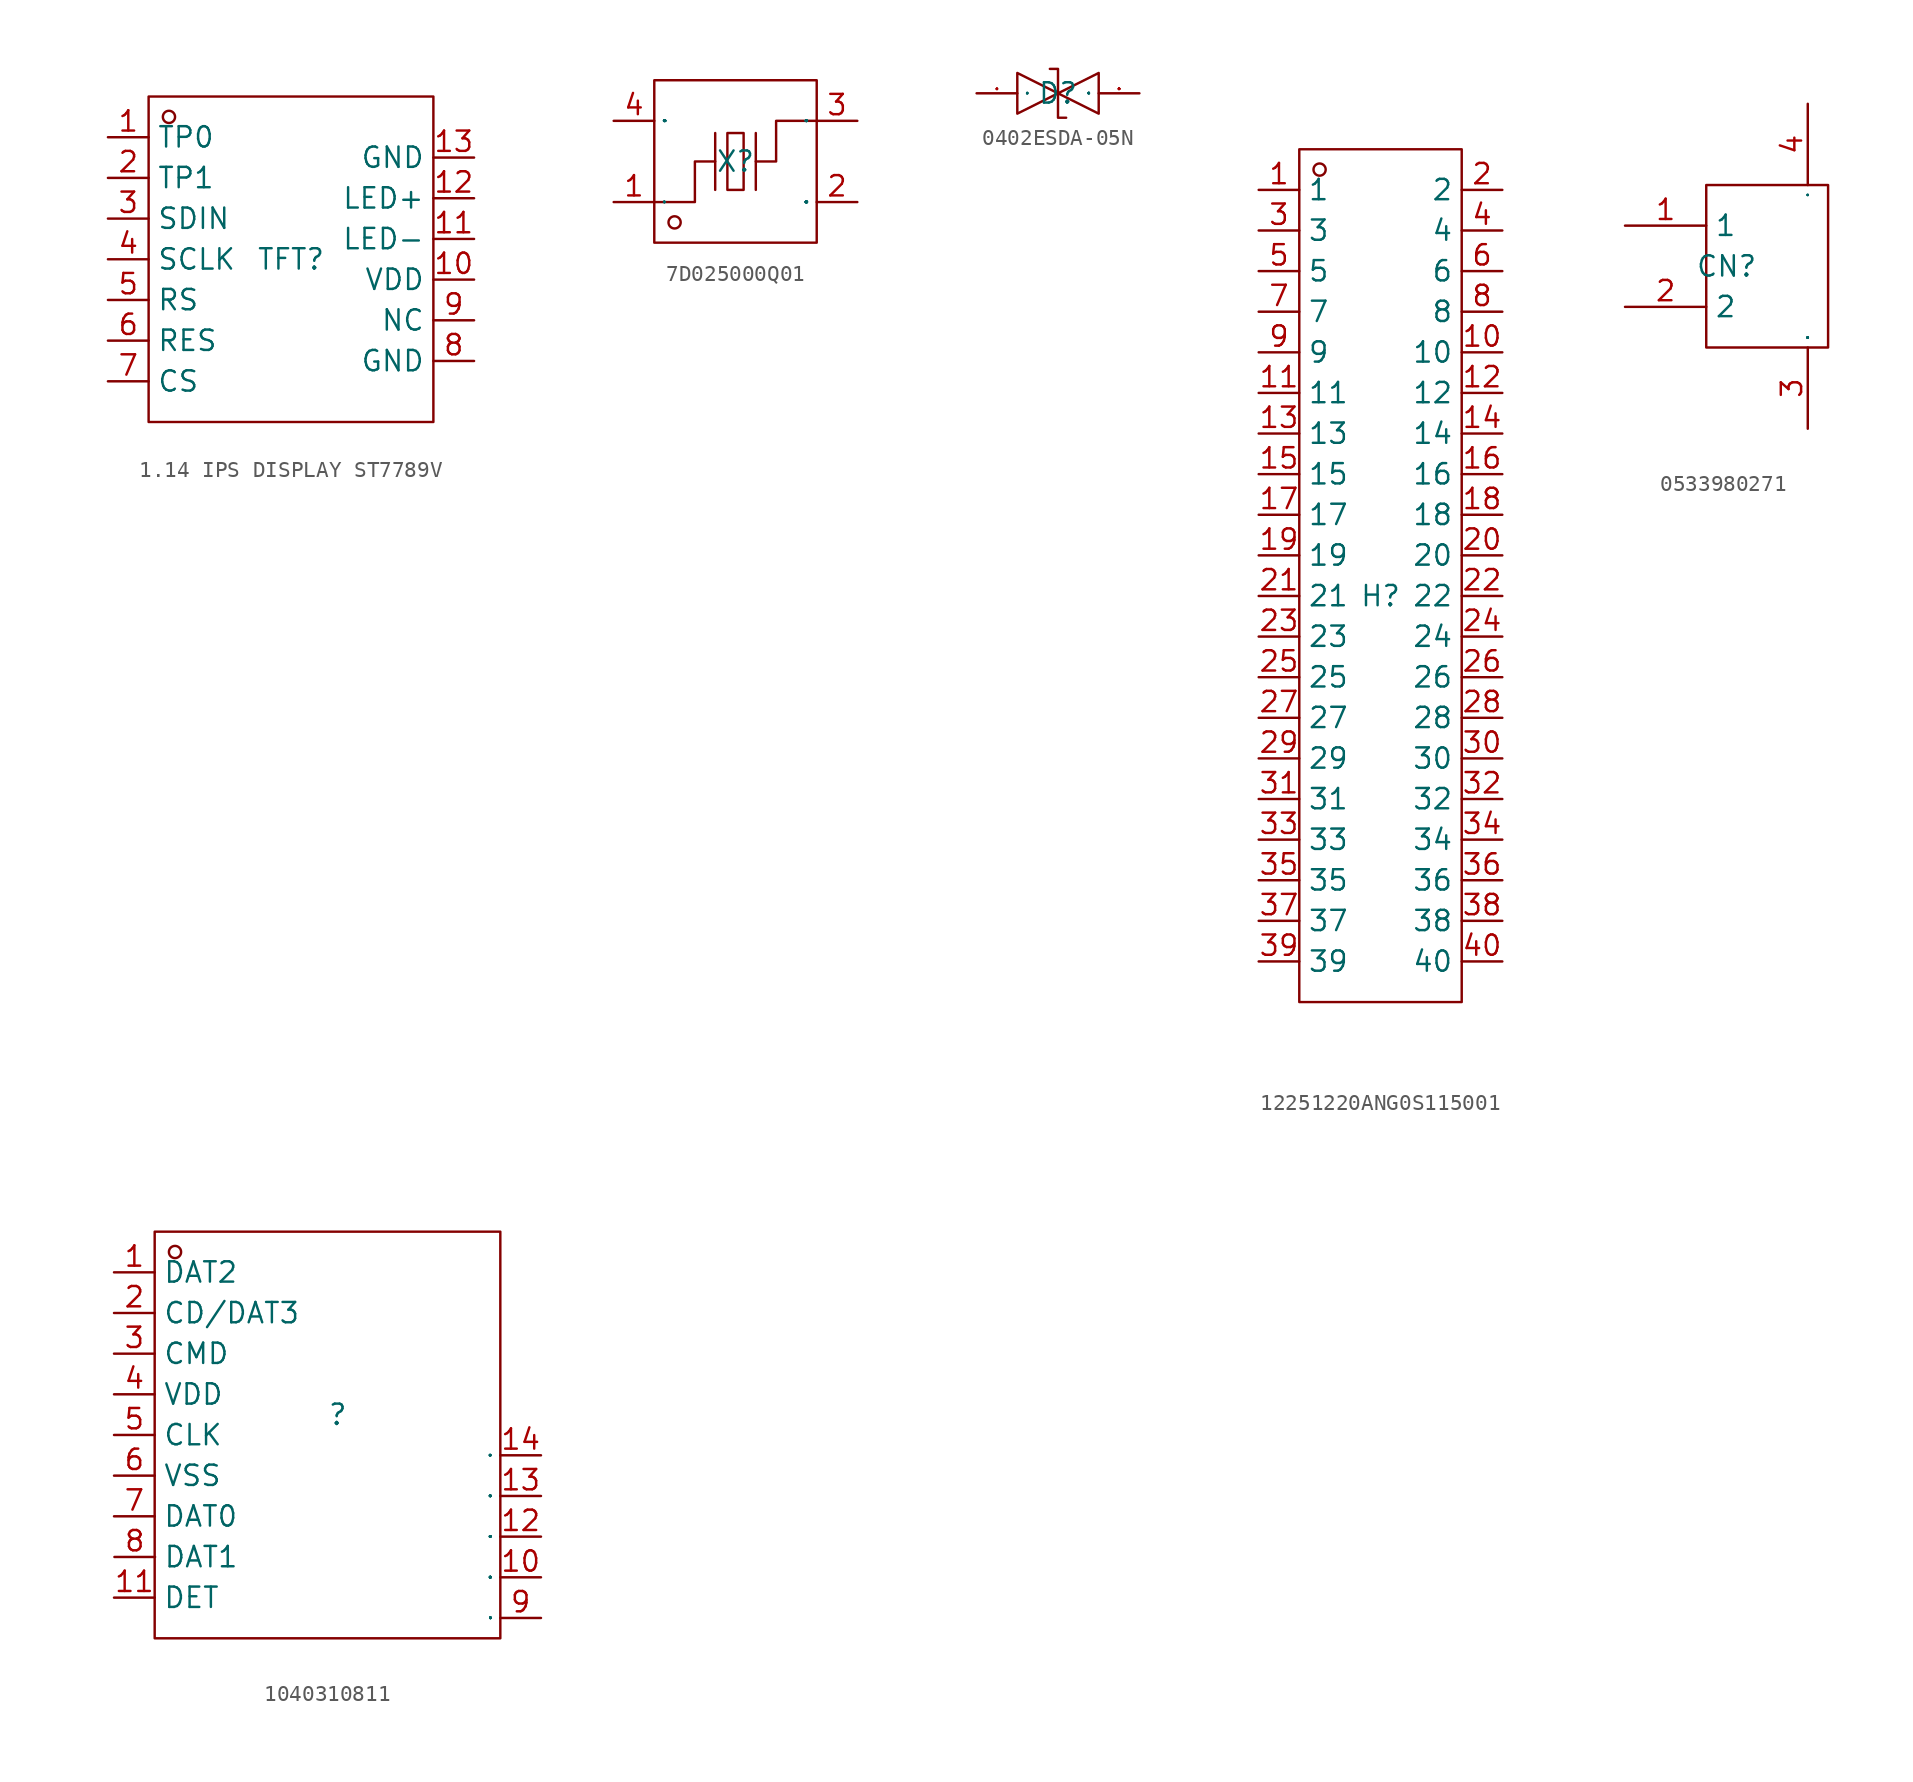
<source format=kicad_sym>
(kicad_symbol_lib
  (version 20231120)
  (generator "kicad_symbol_editor")
  (generator_version "8.0")
  (symbol "1.14 IPS DISPLAY ST7789V"
    (property "Reference" "TFT"
      (at 0 0 0)
      (effects (font (size 1.27 1.27))))
    (property "Value" ""
      (at 0 0 0)
      (effects (font (size 1.27 1.27))))
    (symbol "1.14 IPS DISPLAY ST7789V_1_0"
      (rectangle (start -8.89 -10.16) (end 8.89 10.16) (stroke (width 0) (type default)) (fill (type none)))
      (circle (center -7.62 8.89) (radius 0.381) (stroke (width 0) (type default)) (fill (type none)))
      (pin unspecified line (at -11.43 7.62 0) (length 2.54) (name "TP0" (effects (font (size 1.27 1.27)))) (number "1" (effects (font (size 1.27 1.27)))))
      (pin unspecified line (at 11.43 -1.27 180) (length 2.54) (name "VDD" (effects (font (size 1.27 1.27)))) (number "10" (effects (font (size 1.27 1.27)))))
      (pin unspecified line (at 11.43 1.27 180) (length 2.54) (name "LED-" (effects (font (size 1.27 1.27)))) (number "11" (effects (font (size 1.27 1.27)))))
      (pin unspecified line (at 11.43 3.81 180) (length 2.54) (name "LED+" (effects (font (size 1.27 1.27)))) (number "12" (effects (font (size 1.27 1.27)))))
      (pin unspecified line (at 11.43 6.35 180) (length 2.54) (name "GND" (effects (font (size 1.27 1.27)))) (number "13" (effects (font (size 1.27 1.27)))))
      (pin unspecified line (at -11.43 5.08 0) (length 2.54) (name "TP1" (effects (font (size 1.27 1.27)))) (number "2" (effects (font (size 1.27 1.27)))))
      (pin unspecified line (at -11.43 2.54 0) (length 2.54) (name "SDIN" (effects (font (size 1.27 1.27)))) (number "3" (effects (font (size 1.27 1.27)))))
      (pin unspecified line (at -11.43 0 0) (length 2.54) (name "SCLK" (effects (font (size 1.27 1.27)))) (number "4" (effects (font (size 1.27 1.27)))))
      (pin unspecified line (at -11.43 -2.54 0) (length 2.54) (name "RS" (effects (font (size 1.27 1.27)))) (number "5" (effects (font (size 1.27 1.27)))))
      (pin unspecified line (at -11.43 -5.08 0) (length 2.54) (name "RES" (effects (font (size 1.27 1.27)))) (number "6" (effects (font (size 1.27 1.27)))))
      (pin unspecified line (at -11.43 -7.62 0) (length 2.54) (name "CS" (effects (font (size 1.27 1.27)))) (number "7" (effects (font (size 1.27 1.27)))))
      (pin unspecified line (at 11.43 -6.35 180) (length 2.54) (name "GND" (effects (font (size 1.27 1.27)))) (number "8" (effects (font (size 1.27 1.27)))))
      (pin unspecified line (at 11.43 -3.81 180) (length 2.54) (name "NC" (effects (font (size 1.27 1.27)))) (number "9" (effects (font (size 1.27 1.27)))))))
  (symbol "7D025000Q01"
    (property "Reference" "X"
      (at 0 0 0)
      (effects (font (size 1.27 1.27))))
    (symbol "7D025000Q01_1_0"
      (rectangle (start -5.08 -5.08) (end 5.08 5.08) (stroke (width 0) (type default)) (fill (type none)))
      (circle (center -3.81 -3.81) (radius 0.381) (stroke (width 0) (type default)) (fill (type none)))
      (rectangle (start -0.508 -1.778) (end 0.508 1.778) (stroke (width 0) (type default)) (fill (type none)))
      (polyline (pts (xy -1.27 -1.778) (xy -1.27 1.778)) (stroke (width 0) (type default)) (fill (type none)))
      (polyline (pts (xy 1.27 -1.778) (xy 1.27 1.778)) (stroke (width 0) (type default)) (fill (type none)))
      (polyline (pts (xy -5.08 -2.54) (xy -2.54 -2.54) (xy -2.54 -2.54) (xy -2.54 0) (xy -2.54 0) (xy -1.27 0)) (stroke (width 0) (type default)) (fill (type none)))
      (polyline (pts (xy 5.08 2.54) (xy 2.54 2.54) (xy 2.54 2.54) (xy 2.54 0) (xy 2.54 0) (xy 1.27 0)) (stroke (width 0) (type default)) (fill (type none)))
      (pin input line (at -7.62 -2.54 0) (length 2.54) (name "IN" (effects (font (size 0.025 0.025)))) (number "1" (effects (font (size 1.27 1.27)))))
      (pin input line (at 7.62 -2.54 180) (length 2.54) (name "GND" (effects (font (size 0.025 0.025)))) (number "2" (effects (font (size 1.27 1.27)))))
      (pin input line (at 7.62 2.54 180) (length 2.54) (name "OUT" (effects (font (size 0.025 0.025)))) (number "3" (effects (font (size 1.27 1.27)))))
      (pin input line (at -7.62 2.54 0) (length 2.54) (name "GND" (effects (font (size 0.025 0.025)))) (number "4" (effects (font (size 1.27 1.27)))))))
  (symbol "0402ESDA-05N"
    (property "Reference" "D"
      (at 0 0 0)
      (effects (font (size 1.27 1.27))))
    (property "Value" ""
      (at 0 0 0)
      (effects (font (size 1.27 1.27))))
    (symbol "0402ESDA-05N_1_0"
      (polyline (pts (xy -2.54 1.27) (xy 0 0) (xy 0 0) (xy -2.54 -1.27) (xy -2.54 -1.27) (xy -2.54 1.27)) (stroke (width 0) (type default)) (fill (type none)))
      (polyline (pts (xy 2.54 1.27) (xy 0 0) (xy 0 0) (xy 2.54 -1.27) (xy 2.54 -1.27) (xy 2.54 1.27)) (stroke (width 0) (type default)) (fill (type none)))
      (polyline (pts (xy -0.508 1.524) (xy -0.508 1.524) (xy -0.508 1.524) (xy 0 1.524) (xy 0 1.524) (xy 0 -1.524) (xy 0 -1.524) (xy 0.508 -1.524) (xy 0.508 -1.524) (xy 0.508 -1.524)) (stroke (width 0) (type default)) (fill (type none)))
      (pin unspecified line (at -5.08 0 0) (length 2.54) (name "1" (effects (font (size 0.025 0.025)))) (number "1" (effects (font (size 0.025 0.025)))))
      (pin unspecified line (at 5.08 0 180) (length 2.54) (name "2" (effects (font (size 0.025 0.025)))) (number "2" (effects (font (size 0.025 0.025)))))))
  (symbol "12251220ANG0S115001"
    (property "Reference" "H"
      (at 0 0 0)
      (effects (font (size 1.27 1.27))))
    (property "Value" ""
      (at 0 0 0)
      (effects (font (size 1.27 1.27))))
    (symbol "12251220ANG0S115001_1_0"
      (rectangle (start -5.08 -25.4) (end 5.08 27.94) (stroke (width 0) (type default)) (fill (type none)))
      (circle (center -3.81 26.67) (radius 0.381) (stroke (width 0) (type default)) (fill (type none)))
      (pin input line (at -7.62 25.4 0) (length 2.54) (name "1" (effects (font (size 1.27 1.27)))) (number "1" (effects (font (size 1.27 1.27)))))
      (pin input line (at 7.62 15.24 180) (length 2.54) (name "10" (effects (font (size 1.27 1.27)))) (number "10" (effects (font (size 1.27 1.27)))))
      (pin input line (at -7.62 12.7 0) (length 2.54) (name "11" (effects (font (size 1.27 1.27)))) (number "11" (effects (font (size 1.27 1.27)))))
      (pin input line (at 7.62 12.7 180) (length 2.54) (name "12" (effects (font (size 1.27 1.27)))) (number "12" (effects (font (size 1.27 1.27)))))
      (pin input line (at -7.62 10.16 0) (length 2.54) (name "13" (effects (font (size 1.27 1.27)))) (number "13" (effects (font (size 1.27 1.27)))))
      (pin input line (at 7.62 10.16 180) (length 2.54) (name "14" (effects (font (size 1.27 1.27)))) (number "14" (effects (font (size 1.27 1.27)))))
      (pin input line (at -7.62 7.62 0) (length 2.54) (name "15" (effects (font (size 1.27 1.27)))) (number "15" (effects (font (size 1.27 1.27)))))
      (pin input line (at 7.62 7.62 180) (length 2.54) (name "16" (effects (font (size 1.27 1.27)))) (number "16" (effects (font (size 1.27 1.27)))))
      (pin input line (at -7.62 5.08 0) (length 2.54) (name "17" (effects (font (size 1.27 1.27)))) (number "17" (effects (font (size 1.27 1.27)))))
      (pin input line (at 7.62 5.08 180) (length 2.54) (name "18" (effects (font (size 1.27 1.27)))) (number "18" (effects (font (size 1.27 1.27)))))
      (pin input line (at -7.62 2.54 0) (length 2.54) (name "19" (effects (font (size 1.27 1.27)))) (number "19" (effects (font (size 1.27 1.27)))))
      (pin input line (at 7.62 25.4 180) (length 2.54) (name "2" (effects (font (size 1.27 1.27)))) (number "2" (effects (font (size 1.27 1.27)))))
      (pin input line (at 7.62 2.54 180) (length 2.54) (name "20" (effects (font (size 1.27 1.27)))) (number "20" (effects (font (size 1.27 1.27)))))
      (pin input line (at -7.62 0 0) (length 2.54) (name "21" (effects (font (size 1.27 1.27)))) (number "21" (effects (font (size 1.27 1.27)))))
      (pin input line (at 7.62 0 180) (length 2.54) (name "22" (effects (font (size 1.27 1.27)))) (number "22" (effects (font (size 1.27 1.27)))))
      (pin input line (at -7.62 -2.54 0) (length 2.54) (name "23" (effects (font (size 1.27 1.27)))) (number "23" (effects (font (size 1.27 1.27)))))
      (pin input line (at 7.62 -2.54 180) (length 2.54) (name "24" (effects (font (size 1.27 1.27)))) (number "24" (effects (font (size 1.27 1.27)))))
      (pin input line (at -7.62 -5.08 0) (length 2.54) (name "25" (effects (font (size 1.27 1.27)))) (number "25" (effects (font (size 1.27 1.27)))))
      (pin input line (at 7.62 -5.08 180) (length 2.54) (name "26" (effects (font (size 1.27 1.27)))) (number "26" (effects (font (size 1.27 1.27)))))
      (pin input line (at -7.62 -7.62 0) (length 2.54) (name "27" (effects (font (size 1.27 1.27)))) (number "27" (effects (font (size 1.27 1.27)))))
      (pin input line (at 7.62 -7.62 180) (length 2.54) (name "28" (effects (font (size 1.27 1.27)))) (number "28" (effects (font (size 1.27 1.27)))))
      (pin input line (at -7.62 -10.16 0) (length 2.54) (name "29" (effects (font (size 1.27 1.27)))) (number "29" (effects (font (size 1.27 1.27)))))
      (pin input line (at -7.62 22.86 0) (length 2.54) (name "3" (effects (font (size 1.27 1.27)))) (number "3" (effects (font (size 1.27 1.27)))))
      (pin input line (at 7.62 -10.16 180) (length 2.54) (name "30" (effects (font (size 1.27 1.27)))) (number "30" (effects (font (size 1.27 1.27)))))
      (pin input line (at -7.62 -12.7 0) (length 2.54) (name "31" (effects (font (size 1.27 1.27)))) (number "31" (effects (font (size 1.27 1.27)))))
      (pin input line (at 7.62 -12.7 180) (length 2.54) (name "32" (effects (font (size 1.27 1.27)))) (number "32" (effects (font (size 1.27 1.27)))))
      (pin input line (at -7.62 -15.24 0) (length 2.54) (name "33" (effects (font (size 1.27 1.27)))) (number "33" (effects (font (size 1.27 1.27)))))
      (pin input line (at 7.62 -15.24 180) (length 2.54) (name "34" (effects (font (size 1.27 1.27)))) (number "34" (effects (font (size 1.27 1.27)))))
      (pin input line (at -7.62 -17.78 0) (length 2.54) (name "35" (effects (font (size 1.27 1.27)))) (number "35" (effects (font (size 1.27 1.27)))))
      (pin input line (at 7.62 -17.78 180) (length 2.54) (name "36" (effects (font (size 1.27 1.27)))) (number "36" (effects (font (size 1.27 1.27)))))
      (pin input line (at -7.62 -20.32 0) (length 2.54) (name "37" (effects (font (size 1.27 1.27)))) (number "37" (effects (font (size 1.27 1.27)))))
      (pin input line (at 7.62 -20.32 180) (length 2.54) (name "38" (effects (font (size 1.27 1.27)))) (number "38" (effects (font (size 1.27 1.27)))))
      (pin input line (at -7.62 -22.86 0) (length 2.54) (name "39" (effects (font (size 1.27 1.27)))) (number "39" (effects (font (size 1.27 1.27)))))
      (pin input line (at 7.62 22.86 180) (length 2.54) (name "4" (effects (font (size 1.27 1.27)))) (number "4" (effects (font (size 1.27 1.27)))))
      (pin input line (at 7.62 -22.86 180) (length 2.54) (name "40" (effects (font (size 1.27 1.27)))) (number "40" (effects (font (size 1.27 1.27)))))
      (pin input line (at -7.62 20.32 0) (length 2.54) (name "5" (effects (font (size 1.27 1.27)))) (number "5" (effects (font (size 1.27 1.27)))))
      (pin input line (at 7.62 20.32 180) (length 2.54) (name "6" (effects (font (size 1.27 1.27)))) (number "6" (effects (font (size 1.27 1.27)))))
      (pin input line (at -7.62 17.78 0) (length 2.54) (name "7" (effects (font (size 1.27 1.27)))) (number "7" (effects (font (size 1.27 1.27)))))
      (pin input line (at 7.62 17.78 180) (length 2.54) (name "8" (effects (font (size 1.27 1.27)))) (number "8" (effects (font (size 1.27 1.27)))))
      (pin input line (at -7.62 15.24 0) (length 2.54) (name "9" (effects (font (size 1.27 1.27)))) (number "9" (effects (font (size 1.27 1.27)))))))
  (symbol "0533980271"
    (property "Reference" "CN"
      (at 0 0 0)
      (effects (font (size 1.27 1.27))))
    (property "Value" ""
      (at 0 0 0)
      (effects (font (size 1.27 1.27))))
    (symbol "0533980271_1_0"
      (rectangle (start -1.27 -5.08) (end 6.35 5.08) (stroke (width 0) (type default)) (fill (type none)))
      (pin unspecified line (at -6.35 2.54 0) (length 5.08) (name "1" (effects (font (size 1.27 1.27)))) (number "1" (effects (font (size 1.27 1.27)))))
      (pin unspecified line (at -6.35 -2.54 0) (length 5.08) (name "2" (effects (font (size 1.27 1.27)))) (number "2" (effects (font (size 1.27 1.27)))))
      (pin unspecified line (at 5.08 -10.16 90) (length 5.08) (name "3" (effects (font (size 0.025 0.025)))) (number "3" (effects (font (size 1.27 1.27)))))
      (pin unspecified line (at 5.08 10.16 270) (length 5.08) (name "4" (effects (font (size 0.025 0.025)))) (number "4" (effects (font (size 1.27 1.27)))))))
  (symbol "1040310811"
    (property "Reference" ""
      (at 0 0 0)
      (effects (font (size 1.27 1.27))))
    (property "Value" ""
      (at 0 0 0)
      (effects (font (size 1.27 1.27))))
    (symbol "1040310811_1_0"
      (rectangle (start -11.43 11.43) (end 10.16 -13.97) (stroke (width 0) (type default)) (fill (type none)))
      (circle (center -10.16 10.16) (radius 0.381) (stroke (width 0) (type default)) (fill (type none)))
      (pin input line (at -13.97 8.89 0) (length 2.54) (name "DAT2" (effects (font (size 1.27 1.27)))) (number "1" (effects (font (size 1.27 1.27)))))
      (pin input line (at 12.7 -10.16 180) (length 2.54) (name "10" (effects (font (size 0.025 0.025)))) (number "10" (effects (font (size 1.27 1.27)))))
      (pin input line (at -13.97 -11.43 0) (length 2.54) (name "DET" (effects (font (size 1.27 1.27)))) (number "11" (effects (font (size 1.27 1.27)))))
      (pin input line (at 12.7 -7.62 180) (length 2.54) (name "12" (effects (font (size 0.025 0.025)))) (number "12" (effects (font (size 1.27 1.27)))))
      (pin input line (at 12.7 -5.08 180) (length 2.54) (name "13" (effects (font (size 0.025 0.025)))) (number "13" (effects (font (size 1.27 1.27)))))
      (pin input line (at 12.7 -2.54 180) (length 2.54) (name "14" (effects (font (size 0.025 0.025)))) (number "14" (effects (font (size 1.27 1.27)))))
      (pin input line (at -13.97 6.35 0) (length 2.54) (name "CD/DAT3" (effects (font (size 1.27 1.27)))) (number "2" (effects (font (size 1.27 1.27)))))
      (pin input line (at -13.97 3.81 0) (length 2.54) (name "CMD" (effects (font (size 1.27 1.27)))) (number "3" (effects (font (size 1.27 1.27)))))
      (pin input line (at -13.97 1.27 0) (length 2.54) (name "VDD" (effects (font (size 1.27 1.27)))) (number "4" (effects (font (size 1.27 1.27)))))
      (pin input line (at -13.97 -1.27 0) (length 2.54) (name "CLK" (effects (font (size 1.27 1.27)))) (number "5" (effects (font (size 1.27 1.27)))))
      (pin input line (at -13.97 -3.81 0) (length 2.54) (name "VSS" (effects (font (size 1.27 1.27)))) (number "6" (effects (font (size 1.27 1.27)))))
      (pin input line (at -13.97 -6.35 0) (length 2.54) (name "DAT0" (effects (font (size 1.27 1.27)))) (number "7" (effects (font (size 1.27 1.27)))))
      (pin input line (at -13.945 -8.89 0) (length 2.54) (name "DAT1" (effects (font (size 1.27 1.27)))) (number "8" (effects (font (size 1.27 1.27)))))
      (pin input line (at 12.7 -12.7 180) (length 2.54) (name "9" (effects (font (size 0.025 0.025)))) (number "9" (effects (font (size 1.27 1.27))))))))
</source>
